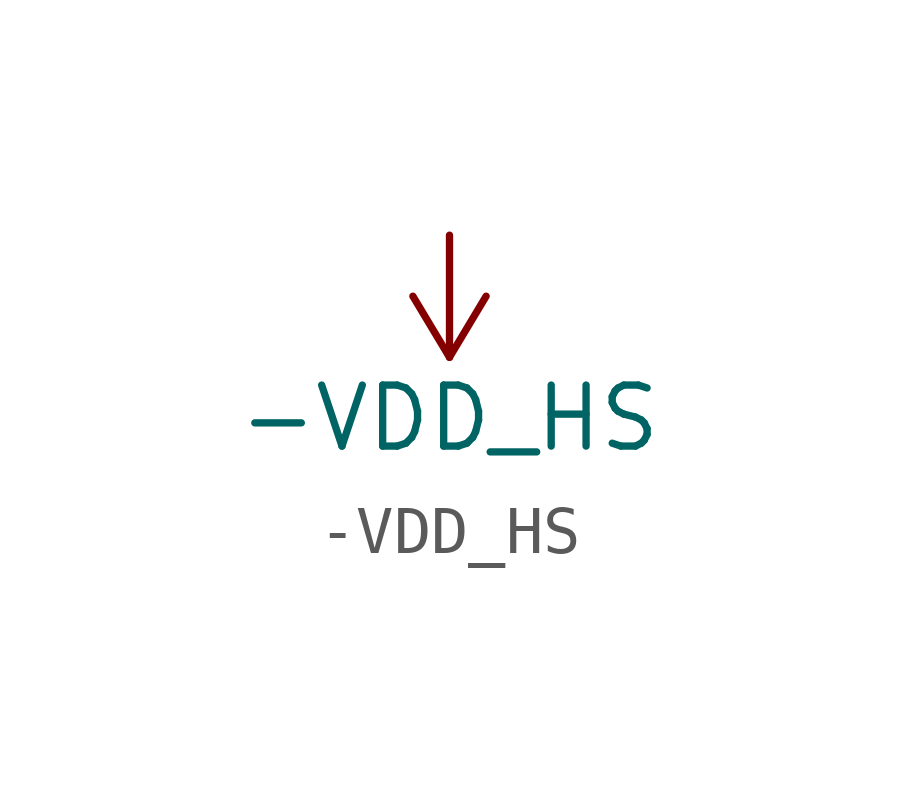
<source format=kicad_sym>
(kicad_symbol_lib
  (version 20211014)
  (generator kicad_symbol_editor)
  (symbol "-VDD_HS"
    (power)
    (pin_numbers hide)
    (pin_names
      (offset 0))
    (property "Reference" "#PWR"
      (at -1.27 0 90)
      (effects (font (size 1.27 1.27)) hide))
    (property "Value" "-VDD_HS"
      (at 0 -3.81 0)
      (effects (font (size 1.27 1.27))))
    (symbol "-VDD_HS_1_1"
      (polyline (pts (xy 0 -2.54) (xy -0.762 -1.27)) (stroke (width 0) (type default) (color 0 0 0 0)) (fill (type none)))
      (polyline (pts (xy 0 0) (xy 0 -2.54)) (stroke (width 0) (type default) (color 0 0 0 0)) (fill (type none)))
      (polyline (pts (xy 0.762 -1.27) (xy 0 -2.54)) (stroke (width 0) (type default) (color 0 0 0 0)) (fill (type none)))
      (pin power_in line (at 0 0 270) (length 0) hide (name "-VDD_HS" (effects (font (size 1.27 1.27)))) (number "1" (effects (font (size 1.27 1.27))))))))
</source>
